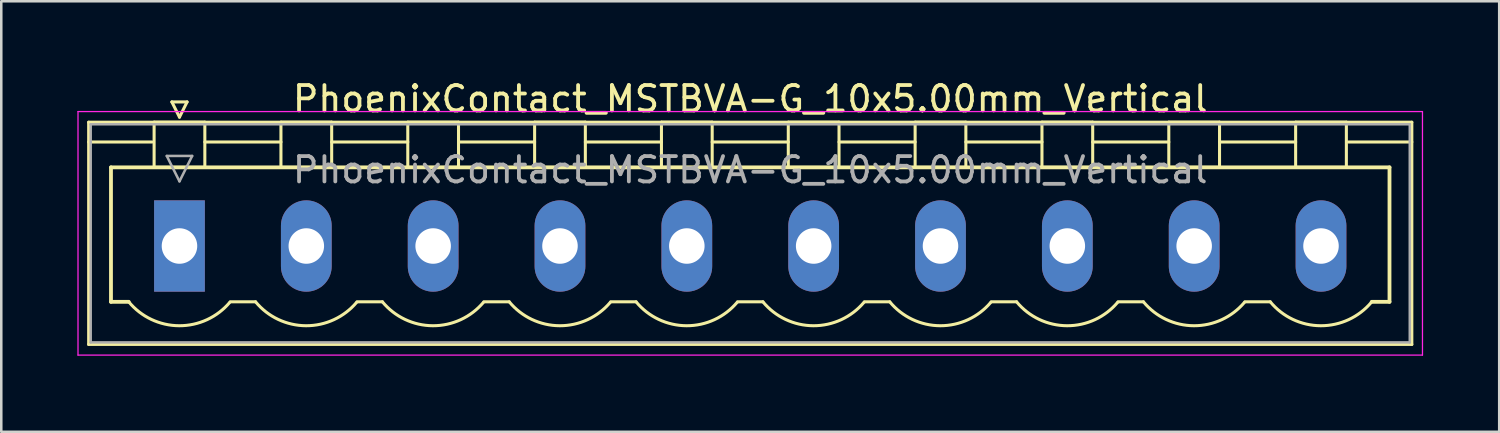
<source format=kicad_pcb>
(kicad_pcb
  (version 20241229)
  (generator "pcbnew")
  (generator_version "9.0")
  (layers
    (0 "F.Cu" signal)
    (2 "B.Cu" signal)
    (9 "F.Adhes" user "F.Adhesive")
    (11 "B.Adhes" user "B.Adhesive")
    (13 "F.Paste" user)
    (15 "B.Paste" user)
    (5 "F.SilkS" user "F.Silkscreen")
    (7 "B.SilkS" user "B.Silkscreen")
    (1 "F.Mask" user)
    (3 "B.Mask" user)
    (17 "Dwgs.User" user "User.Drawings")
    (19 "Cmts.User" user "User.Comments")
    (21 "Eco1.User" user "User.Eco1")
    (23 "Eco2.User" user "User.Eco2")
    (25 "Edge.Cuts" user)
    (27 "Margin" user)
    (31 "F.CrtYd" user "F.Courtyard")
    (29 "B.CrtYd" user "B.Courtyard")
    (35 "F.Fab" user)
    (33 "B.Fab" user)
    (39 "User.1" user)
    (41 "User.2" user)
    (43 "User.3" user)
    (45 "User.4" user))
  (footprint "PhoenixContact_MSTBVA-G_10x5.00mm_Vertical"
    (layer "F.Cu")
    (at 4.025 6.648)
    (property "Reference" "PhoenixContact_MSTBVA-G_10x5.00mm_Vertical" (at 22.5 -5.8 0) (layer "F.SilkS") (effects (font (size 1 1) (thickness 0.15))))
    (attr through_hole)
    (fp_line (start -3.58 -4.88) (end -3.58 3.88) (stroke (width 0.12) (type solid)) (layer "F.SilkS"))
    (fp_line (start -3.58 -4.1) (end -1.08 -4.1) (stroke (width 0.12) (type solid)) (layer "F.SilkS"))
    (fp_line (start -3.58 3.88) (end 48.58 3.88) (stroke (width 0.12) (type solid)) (layer "F.SilkS"))
    (fp_line (start -2.7 -3.1) (end 47.7 -3.1) (stroke (width 0.15) (type solid)) (layer "F.SilkS"))
    (fp_line (start -2.7 2.2) (end -2.7 -3.1) (stroke (width 0.15) (type solid)) (layer "F.SilkS"))
    (fp_line (start -2 2.2) (end -2.7 2.2) (stroke (width 0.15) (type solid)) (layer "F.SilkS"))
    (fp_line (start -1 -4.88) (end 1 -4.88) (stroke (width 0.12) (type solid)) (layer "F.SilkS"))
    (fp_line (start -1 -3.1) (end -1 -4.88) (stroke (width 0.12) (type solid)) (layer "F.SilkS"))
    (fp_line (start -0.3 -5.68) (end 0.3 -5.68) (stroke (width 0.12) (type solid)) (layer "F.SilkS"))
    (fp_line (start 0 -5.08) (end -0.3 -5.68) (stroke (width 0.12) (type solid)) (layer "F.SilkS"))
    (fp_line (start 0.3 -5.68) (end 0 -5.08) (stroke (width 0.12) (type solid)) (layer "F.SilkS"))
    (fp_line (start 1 -4.88) (end 1 -3.1) (stroke (width 0.12) (type solid)) (layer "F.SilkS"))
    (fp_line (start 1 -4.1) (end 4 -4.1) (stroke (width 0.12) (type solid)) (layer "F.SilkS"))
    (fp_line (start 1 -3.1) (end -1 -3.1) (stroke (width 0.12) (type solid)) (layer "F.SilkS"))
    (fp_line (start 2 2.2) (end 3 2.2) (stroke (width 0.12) (type solid)) (layer "F.SilkS"))
    (fp_line (start 4 -4.88) (end 6 -4.88) (stroke (width 0.12) (type solid)) (layer "F.SilkS"))
    (fp_line (start 4 -3.1) (end 4 -4.88) (stroke (width 0.12) (type solid)) (layer "F.SilkS"))
    (fp_line (start 6 -4.88) (end 6 -3.1) (stroke (width 0.12) (type solid)) (layer "F.SilkS"))
    (fp_line (start 6 -4.1) (end 9 -4.1) (stroke (width 0.12) (type solid)) (layer "F.SilkS"))
    (fp_line (start 6 -3.1) (end 4 -3.1) (stroke (width 0.12) (type solid)) (layer "F.SilkS"))
    (fp_line (start 7 2.2) (end 8 2.2) (stroke (width 0.12) (type solid)) (layer "F.SilkS"))
    (fp_line (start 9 -4.88) (end 11 -4.88) (stroke (width 0.12) (type solid)) (layer "F.SilkS"))
    (fp_line (start 9 -3.1) (end 9 -4.88) (stroke (width 0.12) (type solid)) (layer "F.SilkS"))
    (fp_line (start 11 -4.88) (end 11 -3.1) (stroke (width 0.12) (type solid)) (layer "F.SilkS"))
    (fp_line (start 11 -4.1) (end 14 -4.1) (stroke (width 0.12) (type solid)) (layer "F.SilkS"))
    (fp_line (start 11 -3.1) (end 9 -3.1) (stroke (width 0.12) (type solid)) (layer "F.SilkS"))
    (fp_line (start 12 2.2) (end 13 2.2) (stroke (width 0.12) (type solid)) (layer "F.SilkS"))
    (fp_line (start 14 -4.88) (end 16 -4.88) (stroke (width 0.12) (type solid)) (layer "F.SilkS"))
    (fp_line (start 14 -3.1) (end 14 -4.88) (stroke (width 0.12) (type solid)) (layer "F.SilkS"))
    (fp_line (start 16 -4.88) (end 16 -3.1) (stroke (width 0.12) (type solid)) (layer "F.SilkS"))
    (fp_line (start 16 -4.1) (end 19 -4.1) (stroke (width 0.12) (type solid)) (layer "F.SilkS"))
    (fp_line (start 16 -3.1) (end 14 -3.1) (stroke (width 0.12) (type solid)) (layer "F.SilkS"))
    (fp_line (start 17 2.2) (end 18 2.2) (stroke (width 0.12) (type solid)) (layer "F.SilkS"))
    (fp_line (start 19 -4.88) (end 21 -4.88) (stroke (width 0.12) (type solid)) (layer "F.SilkS"))
    (fp_line (start 19 -3.1) (end 19 -4.88) (stroke (width 0.12) (type solid)) (layer "F.SilkS"))
    (fp_line (start 21 -4.88) (end 21 -3.1) (stroke (width 0.12) (type solid)) (layer "F.SilkS"))
    (fp_line (start 21 -4.1) (end 24 -4.1) (stroke (width 0.12) (type solid)) (layer "F.SilkS"))
    (fp_line (start 21 -3.1) (end 19 -3.1) (stroke (width 0.12) (type solid)) (layer "F.SilkS"))
    (fp_line (start 22 2.2) (end 23 2.2) (stroke (width 0.12) (type solid)) (layer "F.SilkS"))
    (fp_line (start 24 -4.88) (end 26 -4.88) (stroke (width 0.12) (type solid)) (layer "F.SilkS"))
    (fp_line (start 24 -3.1) (end 24 -4.88) (stroke (width 0.12) (type solid)) (layer "F.SilkS"))
    (fp_line (start 26 -4.88) (end 26 -3.1) (stroke (width 0.12) (type solid)) (layer "F.SilkS"))
    (fp_line (start 26 -4.1) (end 29 -4.1) (stroke (width 0.12) (type solid)) (layer "F.SilkS"))
    (fp_line (start 26 -3.1) (end 24 -3.1) (stroke (width 0.12) (type solid)) (layer "F.SilkS"))
    (fp_line (start 27 2.2) (end 28 2.2) (stroke (width 0.12) (type solid)) (layer "F.SilkS"))
    (fp_line (start 29 -4.88) (end 31 -4.88) (stroke (width 0.12) (type solid)) (layer "F.SilkS"))
    (fp_line (start 29 -3.1) (end 29 -4.88) (stroke (width 0.12) (type solid)) (layer "F.SilkS"))
    (fp_line (start 31 -4.88) (end 31 -3.1) (stroke (width 0.12) (type solid)) (layer "F.SilkS"))
    (fp_line (start 31 -4.1) (end 34 -4.1) (stroke (width 0.12) (type solid)) (layer "F.SilkS"))
    (fp_line (start 31 -3.1) (end 29 -3.1) (stroke (width 0.12) (type solid)) (layer "F.SilkS"))
    (fp_line (start 32 2.2) (end 33 2.2) (stroke (width 0.12) (type solid)) (layer "F.SilkS"))
    (fp_line (start 34 -4.88) (end 36 -4.88) (stroke (width 0.12) (type solid)) (layer "F.SilkS"))
    (fp_line (start 34 -3.1) (end 34 -4.88) (stroke (width 0.12) (type solid)) (layer "F.SilkS"))
    (fp_line (start 36 -4.88) (end 36 -3.1) (stroke (width 0.12) (type solid)) (layer "F.SilkS"))
    (fp_line (start 36 -4.1) (end 39 -4.1) (stroke (width 0.12) (type solid)) (layer "F.SilkS"))
    (fp_line (start 36 -3.1) (end 34 -3.1) (stroke (width 0.12) (type solid)) (layer "F.SilkS"))
    (fp_line (start 37 2.2) (end 38 2.2) (stroke (width 0.12) (type solid)) (layer "F.SilkS"))
    (fp_line (start 39 -4.88) (end 41 -4.88) (stroke (width 0.12) (type solid)) (layer "F.SilkS"))
    (fp_line (start 39 -3.1) (end 39 -4.88) (stroke (width 0.12) (type solid)) (layer "F.SilkS"))
    (fp_line (start 41 -4.88) (end 41 -3.1) (stroke (width 0.12) (type solid)) (layer "F.SilkS"))
    (fp_line (start 41 -4.1) (end 44 -4.1) (stroke (width 0.12) (type solid)) (layer "F.SilkS"))
    (fp_line (start 41 -3.1) (end 39 -3.1) (stroke (width 0.12) (type solid)) (layer "F.SilkS"))
    (fp_line (start 42 2.2) (end 43 2.2) (stroke (width 0.12) (type solid)) (layer "F.SilkS"))
    (fp_line (start 44 -4.88) (end 46 -4.88) (stroke (width 0.12) (type solid)) (layer "F.SilkS"))
    (fp_line (start 44 -3.1) (end 44 -4.88) (stroke (width 0.12) (type solid)) (layer "F.SilkS"))
    (fp_line (start 46 -4.88) (end 46 -3.1) (stroke (width 0.12) (type solid)) (layer "F.SilkS"))
    (fp_line (start 46 -3.1) (end 44 -3.1) (stroke (width 0.12) (type solid)) (layer "F.SilkS"))
    (fp_line (start 47.7 -3.1) (end 47.7 2.2) (stroke (width 0.15) (type solid)) (layer "F.SilkS"))
    (fp_line (start 47.7 2.2) (end 47 2.2) (stroke (width 0.15) (type solid)) (layer "F.SilkS"))
    (fp_line (start 48.58 -4.88) (end -3.58 -4.88) (stroke (width 0.12) (type solid)) (layer "F.SilkS"))
    (fp_line (start 48.58 -4.1) (end 46.08 -4.1) (stroke (width 0.12) (type solid)) (layer "F.SilkS"))
    (fp_line (start 48.58 3.88) (end 48.58 -4.88) (stroke (width 0.12) (type solid)) (layer "F.SilkS"))
    (fp_arc (start 1.986842 2.215821) (mid -0.010289 3.142758) (end -2 2.2) (stroke (width 0.12) (type solid)) (layer "F.SilkS"))
    (fp_arc (start 6.986842 2.215821) (mid 4.989711 3.142758) (end 3 2.2) (stroke (width 0.12) (type solid)) (layer "F.SilkS"))
    (fp_arc (start 11.986842 2.215821) (mid 9.989711 3.142758) (end 8 2.2) (stroke (width 0.12) (type solid)) (layer "F.SilkS"))
    (fp_arc (start 16.986842 2.215821) (mid 14.989711 3.142758) (end 13 2.2) (stroke (width 0.12) (type solid)) (layer "F.SilkS"))
    (fp_arc (start 21.986842 2.215821) (mid 19.989711 3.142758) (end 18 2.2) (stroke (width 0.12) (type solid)) (layer "F.SilkS"))
    (fp_arc (start 26.986842 2.215821) (mid 24.989711 3.142758) (end 23 2.2) (stroke (width 0.12) (type solid)) (layer "F.SilkS"))
    (fp_arc (start 31.986842 2.215821) (mid 29.989711 3.142758) (end 28 2.2) (stroke (width 0.12) (type solid)) (layer "F.SilkS"))
    (fp_arc (start 36.986842 2.215821) (mid 34.989711 3.142758) (end 33 2.2) (stroke (width 0.12) (type solid)) (layer "F.SilkS"))
    (fp_arc (start 41.986842 2.215821) (mid 39.989711 3.142758) (end 38 2.2) (stroke (width 0.12) (type solid)) (layer "F.SilkS"))
    (fp_arc (start 46.986842 2.215821) (mid 44.989711 3.142758) (end 43 2.2) (stroke (width 0.12) (type solid)) (layer "F.SilkS"))
    (fp_line (start -4 -5.3) (end -4 4.3) (stroke (width 0.05) (type solid)) (layer "F.CrtYd"))
    (fp_line (start -4 4.3) (end 49 4.3) (stroke (width 0.05) (type solid)) (layer "F.CrtYd"))
    (fp_line (start 49 -5.3) (end -4 -5.3) (stroke (width 0.05) (type solid)) (layer "F.CrtYd"))
    (fp_line (start 49 4.3) (end 49 -5.3) (stroke (width 0.05) (type solid)) (layer "F.CrtYd"))
    (fp_line (start -3.5 -4.8) (end -3.5 3.8) (stroke (width 0.1) (type solid)) (layer "F.Fab"))
    (fp_line (start -3.5 3.8) (end 48.5 3.8) (stroke (width 0.1) (type solid)) (layer "F.Fab"))
    (fp_line (start -0.5 -3.55) (end 0.5 -3.55) (stroke (width 0.1) (type solid)) (layer "F.Fab"))
    (fp_line (start 0 -2.55) (end -0.5 -3.55) (stroke (width 0.1) (type solid)) (layer "F.Fab"))
    (fp_line (start 0.5 -3.55) (end 0 -2.55) (stroke (width 0.1) (type solid)) (layer "F.Fab"))
    (fp_line (start 48.5 -4.8) (end -3.5 -4.8) (stroke (width 0.1) (type solid)) (layer "F.Fab"))
    (fp_line (start 48.5 3.8) (end 48.5 -4.8) (stroke (width 0.1) (type solid)) (layer "F.Fab"))
    (fp_text user "${REFERENCE}" (at 22.5 -3 0) (layer "F.Fab") (effects (font (size 1 1) (thickness 0.15))))
    (pad "1" thru_hole rect (at 0 0) (size 2 3.6) (drill 1.4) (layers "*.Cu" "*.Mask"))
    (pad "2" thru_hole oval (at 5 0) (size 2 3.6) (drill 1.4) (layers "*.Cu" "*.Mask"))
    (pad "3" thru_hole oval (at 10 0) (size 2 3.6) (drill 1.4) (layers "*.Cu" "*.Mask"))
    (pad "4" thru_hole oval (at 15 0) (size 2 3.6) (drill 1.4) (layers "*.Cu" "*.Mask"))
    (pad "5" thru_hole oval (at 20 0) (size 2 3.6) (drill 1.4) (layers "*.Cu" "*.Mask"))
    (pad "6" thru_hole oval (at 25 0) (size 2 3.6) (drill 1.4) (layers "*.Cu" "*.Mask"))
    (pad "7" thru_hole oval (at 30 0) (size 2 3.6) (drill 1.4) (layers "*.Cu" "*.Mask"))
    (pad "8" thru_hole oval (at 35 0) (size 2 3.6) (drill 1.4) (layers "*.Cu" "*.Mask"))
    (pad "9" thru_hole oval (at 40 0) (size 2 3.6) (drill 1.4) (layers "*.Cu" "*.Mask"))
    (pad "10" thru_hole oval (at 45 0) (size 2 3.6) (drill 1.4) (layers "*.Cu" "*.Mask")))
  (gr_rect
    (start -3 -3)
    (end 56.05 13.973)
    (stroke (width 0.1) (type default))
    (fill no)
    (layer "Edge.Cuts")))
</source>
